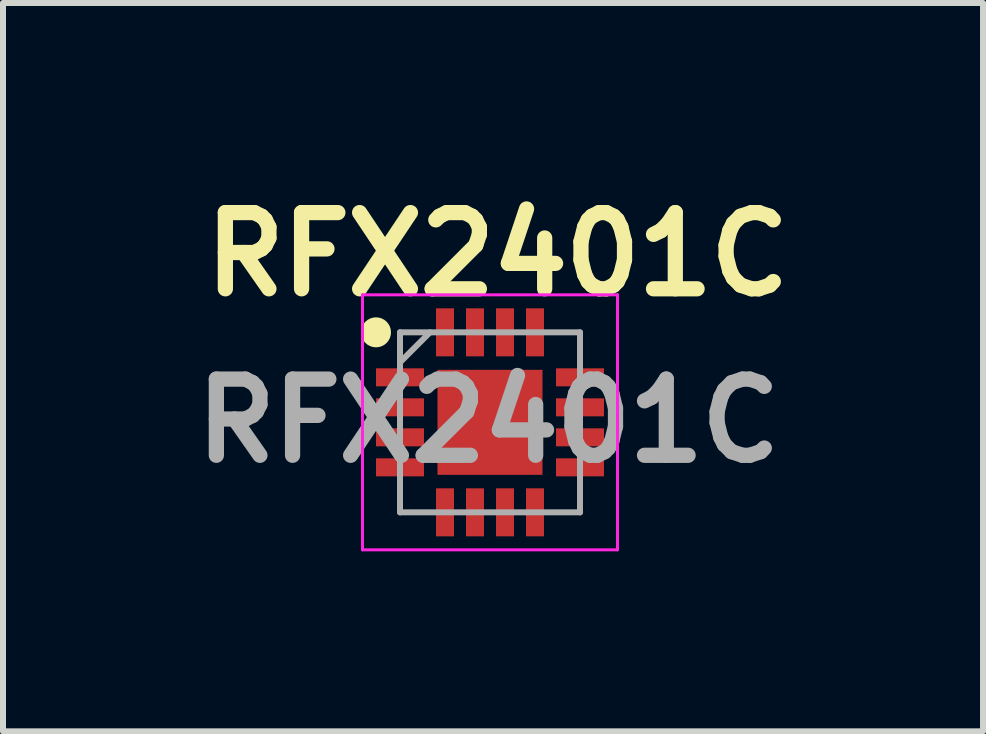
<source format=kicad_pcb>
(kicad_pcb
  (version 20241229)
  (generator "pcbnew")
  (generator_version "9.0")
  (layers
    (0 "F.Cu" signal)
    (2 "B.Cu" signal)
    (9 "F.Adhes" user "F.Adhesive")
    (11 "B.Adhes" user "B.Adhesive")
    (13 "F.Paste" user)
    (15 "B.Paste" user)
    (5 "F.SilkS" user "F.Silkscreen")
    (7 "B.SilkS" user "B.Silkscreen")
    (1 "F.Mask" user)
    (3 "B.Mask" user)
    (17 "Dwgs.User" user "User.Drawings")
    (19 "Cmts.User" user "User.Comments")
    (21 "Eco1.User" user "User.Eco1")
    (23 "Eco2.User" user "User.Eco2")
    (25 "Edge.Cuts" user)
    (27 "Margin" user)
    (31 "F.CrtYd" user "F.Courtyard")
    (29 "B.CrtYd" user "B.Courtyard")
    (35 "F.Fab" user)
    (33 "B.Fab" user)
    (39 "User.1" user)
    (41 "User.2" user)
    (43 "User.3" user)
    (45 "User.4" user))
  (footprint "RFX2401C"
    (layer "F.Cu")
    (at 5.117 3.989)
    (property "Reference" "RFX2401C" (at 0.125 -2.8 0) (layer "F.SilkS") (effects (font (size 1.27 1.27) (thickness 0.254))))
    (attr smd)
    (fp_circle (center -1.9 -1.5) (end -1.9 -1.375) (stroke (width 0.25) (type solid)) (fill no) (layer "F.SilkS"))
    (fp_line (start -2.125 -2.125) (end 2.125 -2.125) (stroke (width 0.05) (type solid)) (layer "F.CrtYd"))
    (fp_line (start -2.125 2.125) (end -2.125 -2.125) (stroke (width 0.05) (type solid)) (layer "F.CrtYd"))
    (fp_line (start 2.125 -2.125) (end 2.125 2.125) (stroke (width 0.05) (type solid)) (layer "F.CrtYd"))
    (fp_line (start 2.125 2.125) (end -2.125 2.125) (stroke (width 0.05) (type solid)) (layer "F.CrtYd"))
    (fp_line (start -1.5 -1.5) (end 1.5 -1.5) (stroke (width 0.1) (type solid)) (layer "F.Fab"))
    (fp_line (start -1.5 -1) (end -1 -1.5) (stroke (width 0.1) (type solid)) (layer "F.Fab"))
    (fp_line (start -1.5 1.5) (end -1.5 -1.5) (stroke (width 0.1) (type solid)) (layer "F.Fab"))
    (fp_line (start 1.5 -1.5) (end 1.5 1.5) (stroke (width 0.1) (type solid)) (layer "F.Fab"))
    (fp_line (start 1.5 1.5) (end -1.5 1.5) (stroke (width 0.1) (type solid)) (layer "F.Fab"))
    (fp_text user "${REFERENCE}" (at -0.025 -0.025 0) (layer "F.Fab") (effects (font (size 1.27 1.27) (thickness 0.254))))
    (pad "1" smd rect (at -1.5 -0.75 90) (size 0.3 0.8) (layers "F.Cu" "F.Mask" "F.Paste"))
    (pad "2" smd rect (at -1.5 -0.25 90) (size 0.3 0.8) (layers "F.Cu" "F.Mask" "F.Paste"))
    (pad "3" smd rect (at -1.5 0.25 90) (size 0.3 0.8) (layers "F.Cu" "F.Mask" "F.Paste"))
    (pad "4" smd rect (at -1.5 0.75 90) (size 0.3 0.8) (layers "F.Cu" "F.Mask" "F.Paste"))
    (pad "5" smd rect (at -0.75 1.5) (size 0.3 0.8) (layers "F.Cu" "F.Mask" "F.Paste"))
    (pad "6" smd rect (at -0.25 1.5) (size 0.3 0.8) (layers "F.Cu" "F.Mask" "F.Paste"))
    (pad "7" smd rect (at 0.25 1.5) (size 0.3 0.8) (layers "F.Cu" "F.Mask" "F.Paste"))
    (pad "8" smd rect (at 0.75 1.5) (size 0.3 0.8) (layers "F.Cu" "F.Mask" "F.Paste"))
    (pad "9" smd rect (at 1.5 0.75 90) (size 0.3 0.8) (layers "F.Cu" "F.Mask" "F.Paste"))
    (pad "10" smd rect (at 1.5 0.25 90) (size 0.3 0.8) (layers "F.Cu" "F.Mask" "F.Paste"))
    (pad "11" smd rect (at 1.5 -0.25 90) (size 0.3 0.8) (layers "F.Cu" "F.Mask" "F.Paste"))
    (pad "12" smd rect (at 1.5 -0.75 90) (size 0.3 0.8) (layers "F.Cu" "F.Mask" "F.Paste"))
    (pad "13" smd rect (at 0.75 -1.5) (size 0.3 0.8) (layers "F.Cu" "F.Mask" "F.Paste"))
    (pad "14" smd rect (at 0.25 -1.5) (size 0.3 0.8) (layers "F.Cu" "F.Mask" "F.Paste"))
    (pad "15" smd rect (at -0.25 -1.5) (size 0.3 0.8) (layers "F.Cu" "F.Mask" "F.Paste"))
    (pad "16" smd rect (at -0.75 -1.5) (size 0.3 0.8) (layers "F.Cu" "F.Mask" "F.Paste"))
    (pad "17" smd rect (at 0 0) (size 1.75 1.75) (layers "F.Cu" "F.Mask" "F.Paste")))
  (gr_rect
    (start -3 -3)
    (end 13.334 9.139)
    (stroke (width 0.1) (type default))
    (fill no)
    (layer "Edge.Cuts")))
</source>
